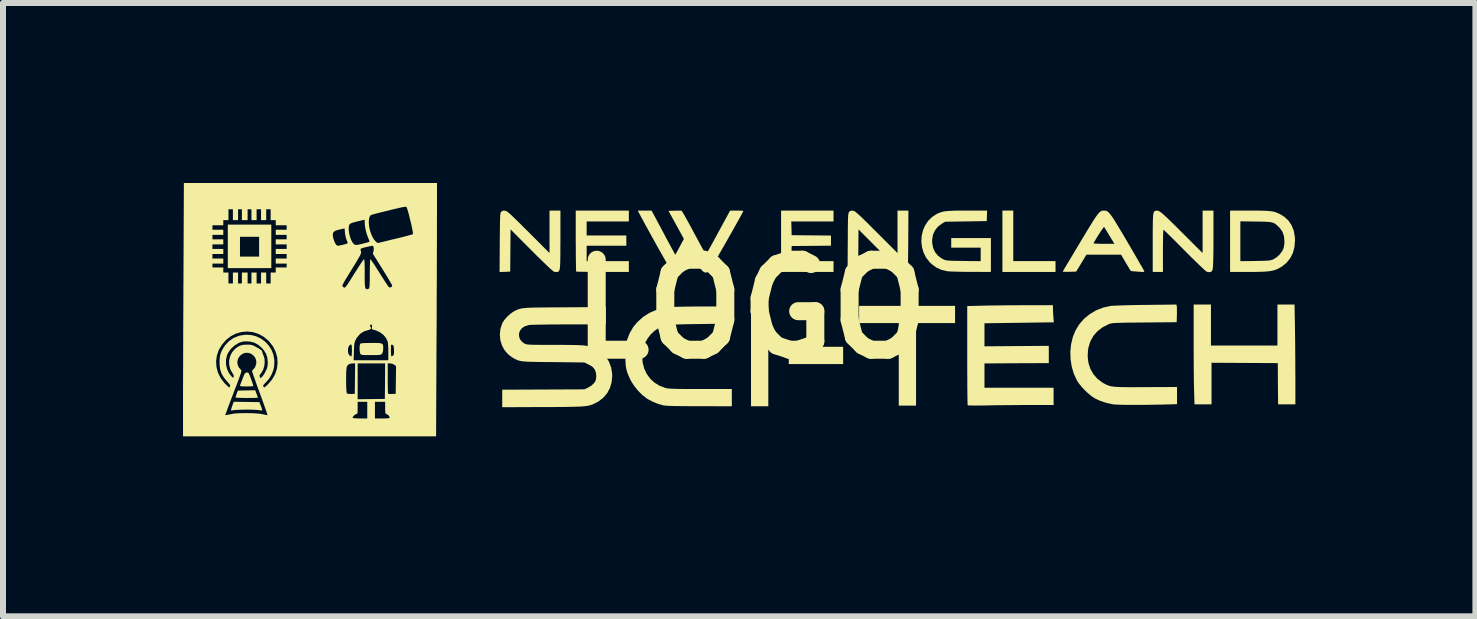
<source format=kicad_pcb>
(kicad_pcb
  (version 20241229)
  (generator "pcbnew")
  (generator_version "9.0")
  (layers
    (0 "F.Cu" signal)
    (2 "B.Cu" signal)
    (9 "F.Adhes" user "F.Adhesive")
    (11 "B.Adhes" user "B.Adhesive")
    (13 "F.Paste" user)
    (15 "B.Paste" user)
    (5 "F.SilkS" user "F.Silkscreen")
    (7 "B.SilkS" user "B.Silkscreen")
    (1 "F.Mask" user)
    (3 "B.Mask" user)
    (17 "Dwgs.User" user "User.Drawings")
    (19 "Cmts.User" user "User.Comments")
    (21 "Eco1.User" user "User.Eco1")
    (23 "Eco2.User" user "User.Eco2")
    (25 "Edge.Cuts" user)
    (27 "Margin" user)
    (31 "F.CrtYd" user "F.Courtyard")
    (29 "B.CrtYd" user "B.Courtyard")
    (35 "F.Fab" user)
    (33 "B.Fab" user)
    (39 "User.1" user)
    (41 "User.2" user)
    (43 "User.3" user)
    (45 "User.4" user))
  (footprint "LOGO"
    (layer "F.Cu")
    (at 9.465 2.1)
    (property "Reference" "LOGO" (at 0 0 0) (layer "F.SilkS") (effects (font (size 1.5 1.5) (thickness 0.3))))
    (attr board_only exclude_from_pos_files exclude_from_bom)
    (fp_poly (pts (xy 0.288 0.789) (xy 0.288 1.62) (xy 0.144 1.62) (xy 0 1.62) (xy 0 0.789) (xy 0 -0.043) (xy 0.144 -0.043) (xy 0.288 -0.043)) (stroke (width 0) (type solid)) (fill yes) (layer "F.SilkS"))
    (fp_poly (pts (xy 1.535 0.773) (xy 1.535 0.917) (xy 1.082 0.917) (xy 0.629 0.917) (xy 0.629 0.773) (xy 0.629 0.629) (xy 1.082 0.629) (xy 1.535 0.629)) (stroke (width 0) (type solid)) (fill yes) (layer "F.SilkS"))
    (fp_poly (pts (xy 4.37 -1.22) (xy 4.37 -0.799) (xy 4.722 -0.799) (xy 5.074 -0.799) (xy 5.074 -0.709) (xy 5.074 -0.618) (xy 4.631 -0.618) (xy 4.189 -0.618) (xy 4.189 -1.13) (xy 4.189 -1.641) (xy 4.28 -1.641) (xy 4.37 -1.641)) (stroke (width 0) (type solid)) (fill yes) (layer "F.SilkS"))
    (fp_poly (pts (xy 3.4 0.091) (xy 3.4 0.234) (xy 3.075 0.234) (xy 2.75 0.234) (xy 2.75 0.922) (xy 2.75 1.609) (xy 2.606 1.609) (xy 2.462 1.609) (xy 2.462 0.922) (xy 2.462 0.234) (xy 2.132 0.234) (xy 1.801 0.234) (xy 1.801 0.091) (xy 1.801 -0.053) (xy 2.601 -0.053) (xy 3.4 -0.053)) (stroke (width 0) (type solid)) (fill yes) (layer "F.SilkS"))
    (fp_poly (pts (xy -7.994 -1.045) (xy -7.994 -0.682) (xy -8.357 -0.682) (xy -8.719 -0.682) (xy -8.719 -1.045) (xy -8.719 -1.204) (xy -8.516 -1.204) (xy -8.516 -1.039) (xy -8.516 -0.874) (xy -8.357 -0.874) (xy -8.197 -0.874) (xy -8.197 -1.039) (xy -8.197 -1.204) (xy -8.357 -1.204) (xy -8.516 -1.204) (xy -8.719 -1.204) (xy -8.719 -1.407) (xy -8.357 -1.407) (xy -7.994 -1.407)) (stroke (width 0) (type solid)) (fill yes) (layer "F.SilkS"))
    (fp_poly (pts (xy -8.24 1.412) (xy -8.228 1.445) (xy -8.22 1.468) (xy -8.218 1.477) (xy -8.228 1.478) (xy -8.256 1.48) (xy -8.299 1.481) (xy -8.352 1.481) (xy -8.404 1.482) (xy -8.465 1.481) (xy -8.517 1.48) (xy -8.558 1.478) (xy -8.583 1.476) (xy -8.591 1.474) (xy -8.587 1.46) (xy -8.578 1.433) (xy -8.571 1.412) (xy -8.551 1.359) (xy -8.406 1.356) (xy -8.262 1.353)) (stroke (width 0) (type solid)) (fill yes) (layer "F.SilkS"))
    (fp_poly (pts (xy 1.375 -1.551) (xy 1.375 -1.46) (xy 1.023 -1.46) (xy 0.671 -1.46) (xy 0.674 -1.346) (xy 0.677 -1.231) (xy 1.005 -1.228) (xy 1.332 -1.225) (xy 1.332 -1.14) (xy 1.332 -1.056) (xy 1.005 -1.053) (xy 0.677 -1.05) (xy 0.674 -0.925) (xy 0.671 -0.799) (xy 1.023 -0.799) (xy 1.375 -0.799) (xy 1.375 -0.709) (xy 1.375 -0.618) (xy 0.938 -0.618) (xy 0.501 -0.618) (xy 0.501 -1.13) (xy 0.501 -1.641) (xy 0.938 -1.641) (xy 1.375 -1.641)) (stroke (width 0) (type solid)) (fill yes) (layer "F.SilkS"))
    (fp_poly (pts (xy -8.406 1.548) (xy -8.192 1.551) (xy -8.167 1.618) (xy -8.154 1.652) (xy -8.146 1.678) (xy -8.145 1.689) (xy -8.145 1.689) (xy -8.156 1.689) (xy -8.184 1.687) (xy -8.22 1.682) (xy -8.223 1.682) (xy -8.258 1.679) (xy -8.306 1.677) (xy -8.363 1.676) (xy -8.424 1.676) (xy -8.486 1.677) (xy -8.544 1.679) (xy -8.593 1.682) (xy -8.629 1.686) (xy -8.647 1.689) (xy -8.663 1.691) (xy -8.666 1.684) (xy -8.662 1.667) (xy -8.653 1.638) (xy -8.643 1.608) (xy -8.62 1.545)) (stroke (width 0) (type solid)) (fill yes) (layer "F.SilkS"))
    (fp_poly (pts (xy -8.379 1.061) (xy -8.369 1.073) (xy -8.358 1.097) (xy -8.343 1.135) (xy -8.332 1.164) (xy -8.316 1.209) (xy -8.303 1.247) (xy -8.295 1.273) (xy -8.293 1.282) (xy -8.302 1.285) (xy -8.329 1.288) (xy -8.369 1.289) (xy -8.404 1.29) (xy -8.45 1.289) (xy -8.487 1.287) (xy -8.51 1.284) (xy -8.516 1.281) (xy -8.513 1.268) (xy -8.503 1.24) (xy -8.488 1.201) (xy -8.475 1.167) (xy -8.456 1.119) (xy -8.443 1.088) (xy -8.431 1.07) (xy -8.42 1.061) (xy -8.406 1.058) (xy -8.403 1.058) (xy -8.389 1.057)) (stroke (width 0) (type solid)) (fill yes) (layer "F.SilkS"))
    (fp_poly (pts (xy -6.255 0.565) (xy -6.205 0.566) (xy -6.17 0.571) (xy -6.148 0.579) (xy -6.136 0.593) (xy -6.13 0.613) (xy -6.129 0.643) (xy -6.129 0.663) (xy -6.134 0.709) (xy -6.147 0.741) (xy -6.15 0.743) (xy -6.158 0.753) (xy -6.169 0.759) (xy -6.185 0.763) (xy -6.21 0.766) (xy -6.248 0.767) (xy -6.301 0.767) (xy -6.333 0.767) (xy -6.396 0.767) (xy -6.441 0.766) (xy -6.471 0.765) (xy -6.49 0.761) (xy -6.501 0.756) (xy -6.508 0.749) (xy -6.51 0.746) (xy -6.518 0.723) (xy -6.522 0.688) (xy -6.523 0.649) (xy -6.521 0.612) (xy -6.515 0.585) (xy -6.51 0.578) (xy -6.496 0.572) (xy -6.464 0.568) (xy -6.414 0.566) (xy -6.345 0.565) (xy -6.324 0.565)) (stroke (width 0) (type solid)) (fill yes) (layer "F.SilkS"))
    (fp_poly (pts (xy -2.036 -1.551) (xy -2.036 -1.46) (xy -2.388 -1.46) (xy -2.739 -1.46) (xy -2.739 -1.343) (xy -2.739 -1.226) (xy -2.409 -1.226) (xy -2.078 -1.226) (xy -2.078 -1.14) (xy -2.078 -1.055) (xy -2.409 -1.055) (xy -2.739 -1.055) (xy -2.739 -0.927) (xy -2.739 -0.799) (xy -2.388 -0.799) (xy -2.036 -0.799) (xy -2.036 -0.709) (xy -2.036 -0.618) (xy -2.471 -0.618) (xy -2.565 -0.618) (xy -2.653 -0.619) (xy -2.732 -0.62) (xy -2.799 -0.621) (xy -2.853 -0.622) (xy -2.891 -0.623) (xy -2.911 -0.625) (xy -2.913 -0.625) (xy -2.915 -0.637) (xy -2.916 -0.668) (xy -2.917 -0.716) (xy -2.918 -0.779) (xy -2.919 -0.855) (xy -2.92 -0.942) (xy -2.92 -1.037) (xy -2.921 -1.137) (xy -2.921 -1.641) (xy -2.478 -1.641) (xy -2.036 -1.641)) (stroke (width 0) (type solid)) (fill yes) (layer "F.SilkS"))
    (fp_poly (pts (xy 7.664 0.266) (xy 7.664 0.608) (xy 8.218 0.608) (xy 8.772 0.608) (xy 8.772 0.266) (xy 8.772 -0.075) (xy 8.914 -0.075) (xy 9.057 -0.075) (xy 9.064 0.295) (xy 9.065 0.393) (xy 9.067 0.506) (xy 9.068 0.631) (xy 9.069 0.761) (xy 9.07 0.892) (xy 9.07 1.018) (xy 9.071 1.126) (xy 9.071 1.588) (xy 8.927 1.588) (xy 8.783 1.588) (xy 8.78 1.244) (xy 8.778 0.901) (xy 8.226 0.898) (xy 7.674 0.895) (xy 7.674 1.242) (xy 7.674 1.588) (xy 7.532 1.588) (xy 7.39 1.588) (xy 7.383 1.356) (xy 7.382 1.3) (xy 7.38 1.226) (xy 7.379 1.136) (xy 7.378 1.034) (xy 7.377 0.923) (xy 7.377 0.806) (xy 7.376 0.685) (xy 7.376 0.564) (xy 7.376 0.525) (xy 7.376 -0.075) (xy 7.52 -0.075) (xy 7.664 -0.075)) (stroke (width 0) (type solid)) (fill yes) (layer "F.SilkS"))
    (fp_poly (pts (xy 5.031 -0.018) (xy 5.032 0.015) (xy 5.034 0.06) (xy 5.037 0.11) (xy 5.038 0.125) (xy 5.045 0.221) (xy 4.468 0.229) (xy 3.89 0.237) (xy 3.89 0.429) (xy 3.89 0.621) (xy 4.426 0.617) (xy 4.962 0.613) (xy 4.962 0.757) (xy 4.962 0.901) (xy 4.426 0.903) (xy 3.89 0.906) (xy 3.89 1.109) (xy 3.89 1.311) (xy 4.466 1.311) (xy 5.042 1.311) (xy 5.042 1.455) (xy 5.042 1.599) (xy 4.655 1.599) (xy 4.547 1.599) (xy 4.429 1.6) (xy 4.306 1.601) (xy 4.185 1.602) (xy 4.071 1.603) (xy 3.971 1.605) (xy 3.944 1.606) (xy 3.863 1.607) (xy 3.788 1.608) (xy 3.723 1.608) (xy 3.671 1.607) (xy 3.633 1.606) (xy 3.613 1.605) (xy 3.611 1.604) (xy 3.609 1.592) (xy 3.608 1.561) (xy 3.607 1.511) (xy 3.606 1.445) (xy 3.605 1.365) (xy 3.604 1.271) (xy 3.604 1.166) (xy 3.603 1.051) (xy 3.603 0.928) (xy 3.603 0.799) (xy 3.603 0.773) (xy 3.603 -0.05) (xy 3.892 -0.057) (xy 3.973 -0.059) (xy 4.07 -0.06) (xy 4.178 -0.061) (xy 4.294 -0.063) (xy 4.411 -0.063) (xy 4.525 -0.064) (xy 4.606 -0.064) (xy 5.031 -0.064)) (stroke (width 0) (type solid)) (fill yes) (layer "F.SilkS"))
    (fp_poly (pts (xy -3.176 -1.159) (xy -3.177 -1.04) (xy -3.177 -0.94) (xy -3.178 -0.858) (xy -3.179 -0.792) (xy -3.181 -0.74) (xy -3.184 -0.7) (xy -3.187 -0.671) (xy -3.192 -0.65) (xy -3.199 -0.636) (xy -3.207 -0.627) (xy -3.216 -0.621) (xy -3.224 -0.618) (xy -3.25 -0.616) (xy -3.277 -0.62) (xy -3.293 -0.629) (xy -3.323 -0.653) (xy -3.366 -0.692) (xy -3.423 -0.746) (xy -3.493 -0.814) (xy -3.579 -0.898) (xy -3.658 -0.977) (xy -4.007 -1.327) (xy -4.01 -0.975) (xy -4.013 -0.624) (xy -4.101 -0.62) (xy -4.19 -0.617) (xy -4.187 -1.107) (xy -4.186 -1.222) (xy -4.185 -1.318) (xy -4.184 -1.396) (xy -4.183 -1.458) (xy -4.182 -1.507) (xy -4.18 -1.544) (xy -4.178 -1.571) (xy -4.176 -1.59) (xy -4.173 -1.603) (xy -4.169 -1.612) (xy -4.164 -1.618) (xy -4.162 -1.62) (xy -4.143 -1.636) (xy -4.119 -1.64) (xy -4.099 -1.638) (xy -4.088 -1.636) (xy -4.076 -1.631) (xy -4.062 -1.622) (xy -4.043 -1.608) (xy -4.019 -1.587) (xy -3.988 -1.559) (xy -3.949 -1.522) (xy -3.9 -1.474) (xy -3.84 -1.415) (xy -3.767 -1.342) (xy -3.707 -1.283) (xy -3.358 -0.933) (xy -3.358 -1.287) (xy -3.358 -1.641) (xy -3.267 -1.641) (xy -3.176 -1.641)) (stroke (width 0) (type solid)) (fill yes) (layer "F.SilkS"))
    (fp_poly (pts (xy 2.62 -1.147) (xy 2.619 -1.029) (xy 2.618 -0.93) (xy 2.617 -0.848) (xy 2.616 -0.783) (xy 2.614 -0.732) (xy 2.611 -0.693) (xy 2.608 -0.664) (xy 2.603 -0.644) (xy 2.597 -0.631) (xy 2.59 -0.623) (xy 2.581 -0.619) (xy 2.571 -0.616) (xy 2.548 -0.615) (xy 2.521 -0.62) (xy 2.506 -0.629) (xy 2.477 -0.652) (xy 2.435 -0.69) (xy 2.38 -0.741) (xy 2.312 -0.808) (xy 2.229 -0.889) (xy 2.14 -0.977) (xy 1.791 -1.327) (xy 1.788 -0.975) (xy 1.785 -0.624) (xy 1.697 -0.62) (xy 1.609 -0.617) (xy 1.612 -1.107) (xy 1.613 -1.222) (xy 1.613 -1.318) (xy 1.614 -1.396) (xy 1.615 -1.458) (xy 1.616 -1.507) (xy 1.618 -1.544) (xy 1.62 -1.571) (xy 1.623 -1.59) (xy 1.626 -1.603) (xy 1.63 -1.612) (xy 1.634 -1.618) (xy 1.636 -1.62) (xy 1.655 -1.636) (xy 1.68 -1.64) (xy 1.699 -1.638) (xy 1.71 -1.636) (xy 1.722 -1.631) (xy 1.737 -1.622) (xy 1.755 -1.608) (xy 1.779 -1.587) (xy 1.81 -1.559) (xy 1.85 -1.522) (xy 1.898 -1.474) (xy 1.959 -1.415) (xy 2.031 -1.342) (xy 2.091 -1.283) (xy 2.441 -0.933) (xy 2.441 -1.287) (xy 2.441 -1.641) (xy 2.532 -1.641) (xy 2.623 -1.641)) (stroke (width 0) (type solid)) (fill yes) (layer "F.SilkS"))
    (fp_poly (pts (xy 3.931 -1.554) (xy 3.928 -1.466) (xy 3.581 -1.46) (xy 3.235 -1.455) (xy 3.185 -1.426) (xy 3.116 -1.374) (xy 3.065 -1.311) (xy 3.032 -1.238) (xy 3.018 -1.154) (xy 3.019 -1.104) (xy 3.034 -1.02) (xy 3.067 -0.947) (xy 3.117 -0.887) (xy 3.185 -0.839) (xy 3.208 -0.827) (xy 3.224 -0.82) (xy 3.241 -0.815) (xy 3.262 -0.811) (xy 3.29 -0.808) (xy 3.327 -0.806) (xy 3.376 -0.804) (xy 3.441 -0.803) (xy 3.524 -0.802) (xy 3.541 -0.801) (xy 3.827 -0.798) (xy 3.827 -0.911) (xy 3.827 -1.023) (xy 3.581 -1.023) (xy 3.336 -1.023) (xy 3.336 -1.103) (xy 3.336 -1.183) (xy 3.667 -1.183) (xy 3.997 -1.183) (xy 3.997 -0.901) (xy 3.997 -0.618) (xy 3.664 -0.62) (xy 3.579 -0.62) (xy 3.498 -0.621) (xy 3.424 -0.623) (xy 3.361 -0.625) (xy 3.312 -0.627) (xy 3.279 -0.629) (xy 3.272 -0.63) (xy 3.176 -0.652) (xy 3.092 -0.689) (xy 3.017 -0.743) (xy 2.976 -0.782) (xy 2.916 -0.859) (xy 2.874 -0.944) (xy 2.848 -1.035) (xy 2.838 -1.128) (xy 2.844 -1.22) (xy 2.865 -1.31) (xy 2.901 -1.394) (xy 2.952 -1.47) (xy 3.017 -1.534) (xy 3.093 -1.584) (xy 3.125 -1.599) (xy 3.157 -1.611) (xy 3.191 -1.621) (xy 3.23 -1.628) (xy 3.277 -1.634) (xy 3.334 -1.637) (xy 3.404 -1.64) (xy 3.49 -1.641) (xy 3.594 -1.641) (xy 3.606 -1.641) (xy 3.934 -1.641)) (stroke (width 0) (type solid)) (fill yes) (layer "F.SilkS"))
    (fp_poly (pts (xy 7.706 -1.18) (xy 7.706 -1.057) (xy 7.705 -0.953) (xy 7.704 -0.866) (xy 7.702 -0.797) (xy 7.7 -0.741) (xy 7.697 -0.699) (xy 7.693 -0.668) (xy 7.688 -0.647) (xy 7.682 -0.633) (xy 7.678 -0.629) (xy 7.649 -0.615) (xy 7.611 -0.617) (xy 7.592 -0.623) (xy 7.578 -0.634) (xy 7.55 -0.658) (xy 7.511 -0.695) (xy 7.461 -0.742) (xy 7.404 -0.798) (xy 7.339 -0.861) (xy 7.27 -0.93) (xy 7.22 -0.98) (xy 7.151 -1.05) (xy 7.085 -1.116) (xy 7.026 -1.175) (xy 6.974 -1.226) (xy 6.931 -1.268) (xy 6.899 -1.299) (xy 6.88 -1.317) (xy 6.873 -1.322) (xy 6.871 -1.311) (xy 6.869 -1.282) (xy 6.867 -1.237) (xy 6.866 -1.178) (xy 6.865 -1.107) (xy 6.864 -1.027) (xy 6.864 -0.97) (xy 6.864 -0.618) (xy 6.779 -0.618) (xy 6.694 -0.618) (xy 6.694 -1.097) (xy 6.694 -1.217) (xy 6.694 -1.317) (xy 6.695 -1.4) (xy 6.696 -1.466) (xy 6.698 -1.518) (xy 6.701 -1.558) (xy 6.705 -1.588) (xy 6.71 -1.608) (xy 6.717 -1.622) (xy 6.725 -1.63) (xy 6.735 -1.635) (xy 6.744 -1.638) (xy 6.758 -1.64) (xy 6.772 -1.64) (xy 6.788 -1.636) (xy 6.807 -1.627) (xy 6.83 -1.611) (xy 6.859 -1.588) (xy 6.895 -1.556) (xy 6.94 -1.514) (xy 6.994 -1.461) (xy 7.061 -1.396) (xy 7.14 -1.317) (xy 7.176 -1.281) (xy 7.525 -0.933) (xy 7.525 -1.287) (xy 7.525 -1.641) (xy 7.616 -1.641) (xy 7.706 -1.641)) (stroke (width 0) (type solid)) (fill yes) (layer "F.SilkS"))
    (fp_poly (pts (xy 8.406 -1.641) (xy 8.491 -1.64) (xy 8.561 -1.638) (xy 8.618 -1.635) (xy 8.664 -1.63) (xy 8.702 -1.624) (xy 8.736 -1.615) (xy 8.767 -1.603) (xy 8.799 -1.59) (xy 8.801 -1.589) (xy 8.886 -1.538) (xy 8.956 -1.474) (xy 9.008 -1.396) (xy 9.044 -1.306) (xy 9.062 -1.205) (xy 9.065 -1.146) (xy 9.056 -1.035) (xy 9.03 -0.935) (xy 8.985 -0.847) (xy 8.924 -0.771) (xy 8.846 -0.708) (xy 8.778 -0.67) (xy 8.745 -0.656) (xy 8.71 -0.645) (xy 8.67 -0.636) (xy 8.623 -0.629) (xy 8.566 -0.624) (xy 8.496 -0.621) (xy 8.412 -0.619) (xy 8.309 -0.618) (xy 8.274 -0.618) (xy 7.983 -0.618) (xy 7.983 -1.13) (xy 7.983 -1.462) (xy 8.154 -1.462) (xy 8.154 -1.13) (xy 8.154 -0.798) (xy 8.402 -0.801) (xy 8.481 -0.803) (xy 8.543 -0.804) (xy 8.59 -0.806) (xy 8.624 -0.808) (xy 8.651 -0.812) (xy 8.671 -0.817) (xy 8.69 -0.823) (xy 8.706 -0.83) (xy 8.76 -0.863) (xy 8.81 -0.91) (xy 8.851 -0.964) (xy 8.872 -1.009) (xy 8.882 -1.047) (xy 8.888 -1.095) (xy 8.889 -1.131) (xy 8.881 -1.214) (xy 8.857 -1.286) (xy 8.814 -1.348) (xy 8.796 -1.366) (xy 8.769 -1.392) (xy 8.745 -1.413) (xy 8.722 -1.428) (xy 8.696 -1.439) (xy 8.664 -1.447) (xy 8.624 -1.452) (xy 8.572 -1.455) (xy 8.504 -1.457) (xy 8.419 -1.458) (xy 8.412 -1.458) (xy 8.154 -1.462) (xy 7.983 -1.462) (xy 7.983 -1.641) (xy 8.302 -1.641)) (stroke (width 0) (type solid)) (fill yes) (layer "F.SilkS"))
    (fp_poly (pts (xy 7.094 -0.051) (xy 7.096 -0.031) (xy 7.097 0.005) (xy 7.097 0.052) (xy 7.097 0.096) (xy 7.093 0.219) (xy 6.555 0.224) (xy 6.434 0.225) (xy 6.332 0.226) (xy 6.248 0.227) (xy 6.18 0.229) (xy 6.125 0.23) (xy 6.081 0.232) (xy 6.048 0.234) (xy 6.022 0.236) (xy 6.002 0.239) (xy 5.986 0.243) (xy 5.972 0.248) (xy 5.959 0.253) (xy 5.958 0.253) (xy 5.858 0.304) (xy 5.774 0.369) (xy 5.706 0.446) (xy 5.656 0.535) (xy 5.624 0.636) (xy 5.615 0.685) (xy 5.61 0.795) (xy 5.623 0.9) (xy 5.655 0.997) (xy 5.704 1.084) (xy 5.769 1.159) (xy 5.849 1.221) (xy 5.882 1.24) (xy 5.909 1.254) (xy 5.933 1.266) (xy 5.958 1.275) (xy 5.984 1.283) (xy 6.014 1.289) (xy 6.049 1.294) (xy 6.093 1.297) (xy 6.147 1.3) (xy 6.213 1.301) (xy 6.292 1.302) (xy 6.388 1.302) (xy 6.502 1.301) (xy 6.579 1.301) (xy 7.099 1.299) (xy 7.099 1.442) (xy 7.099 1.585) (xy 6.835 1.592) (xy 6.722 1.594) (xy 6.61 1.596) (xy 6.499 1.597) (xy 6.394 1.597) (xy 6.296 1.597) (xy 6.209 1.596) (xy 6.134 1.594) (xy 6.075 1.591) (xy 6.034 1.588) (xy 6.028 1.587) (xy 5.921 1.564) (xy 5.814 1.528) (xy 5.74 1.494) (xy 5.687 1.461) (xy 5.628 1.414) (xy 5.567 1.358) (xy 5.511 1.298) (xy 5.463 1.239) (xy 5.433 1.194) (xy 5.381 1.084) (xy 5.345 0.964) (xy 5.325 0.839) (xy 5.321 0.711) (xy 5.334 0.585) (xy 5.363 0.464) (xy 5.406 0.359) (xy 5.47 0.254) (xy 5.551 0.161) (xy 5.646 0.083) (xy 5.753 0.02) (xy 5.87 -0.025) (xy 5.985 -0.051) (xy 6.011 -0.054) (xy 6.055 -0.056) (xy 6.116 -0.059) (xy 6.191 -0.061) (xy 6.277 -0.064) (xy 6.373 -0.066) (xy 6.474 -0.068) (xy 6.574 -0.069) (xy 7.088 -0.075)) (stroke (width 0) (type solid)) (fill yes) (layer "F.SilkS"))
    (fp_poly (pts (xy -0.33 0.1) (xy -0.33 0.242) (xy -0.853 0.25) (xy -0.978 0.251) (xy -1.084 0.253) (xy -1.172 0.255) (xy -1.245 0.257) (xy -1.305 0.26) (xy -1.354 0.264) (xy -1.394 0.268) (xy -1.427 0.274) (xy -1.455 0.28) (xy -1.479 0.289) (xy -1.503 0.299) (xy -1.528 0.311) (xy -1.54 0.317) (xy -1.607 0.361) (xy -1.671 0.422) (xy -1.726 0.494) (xy -1.769 0.572) (xy -1.797 0.652) (xy -1.801 0.67) (xy -1.813 0.783) (xy -1.806 0.89) (xy -1.781 0.989) (xy -1.739 1.08) (xy -1.681 1.159) (xy -1.609 1.226) (xy -1.523 1.279) (xy -1.424 1.316) (xy -1.421 1.316) (xy -1.403 1.32) (xy -1.38 1.323) (xy -1.349 1.326) (xy -1.309 1.328) (xy -1.258 1.33) (xy -1.195 1.331) (xy -1.116 1.332) (xy -1.021 1.332) (xy -0.907 1.332) (xy -0.84 1.332) (xy -0.32 1.332) (xy -0.32 1.476) (xy -0.32 1.62) (xy -0.861 1.619) (xy -0.994 1.619) (xy -1.107 1.618) (xy -1.201 1.617) (xy -1.28 1.616) (xy -1.343 1.614) (xy -1.392 1.612) (xy -1.429 1.609) (xy -1.456 1.606) (xy -1.467 1.604) (xy -1.55 1.58) (xy -1.636 1.545) (xy -1.716 1.503) (xy -1.74 1.488) (xy -1.813 1.431) (xy -1.884 1.359) (xy -1.948 1.279) (xy -2 1.198) (xy -2.009 1.18) (xy -2.039 1.115) (xy -2.062 1.058) (xy -2.077 1.004) (xy -2.087 0.947) (xy -2.092 0.881) (xy -2.094 0.802) (xy -2.094 0.773) (xy -2.094 0.705) (xy -2.093 0.653) (xy -2.09 0.613) (xy -2.085 0.58) (xy -2.077 0.548) (xy -2.069 0.522) (xy -2.023 0.404) (xy -1.963 0.3) (xy -1.893 0.216) (xy -1.797 0.13) (xy -1.69 0.062) (xy -1.571 0.011) (xy -1.44 -0.021) (xy -1.366 -0.031) (xy -1.331 -0.034) (xy -1.278 -0.036) (xy -1.21 -0.038) (xy -1.129 -0.04) (xy -1.038 -0.041) (xy -0.94 -0.042) (xy -0.839 -0.043) (xy -0.793 -0.043) (xy -0.33 -0.043)) (stroke (width 0) (type solid)) (fill yes) (layer "F.SilkS"))
    (fp_poly (pts (xy 5.903 -1.64) (xy 5.92 -1.636) (xy 5.937 -1.628) (xy 5.955 -1.614) (xy 5.975 -1.593) (xy 5.999 -1.563) (xy 6.027 -1.524) (xy 6.06 -1.473) (xy 6.099 -1.409) (xy 6.146 -1.331) (xy 6.202 -1.238) (xy 6.267 -1.127) (xy 6.276 -1.111) (xy 6.329 -1.021) (xy 6.379 -0.935) (xy 6.424 -0.857) (xy 6.464 -0.788) (xy 6.498 -0.729) (xy 6.525 -0.683) (xy 6.542 -0.651) (xy 6.551 -0.636) (xy 6.551 -0.635) (xy 6.553 -0.626) (xy 6.549 -0.621) (xy 6.536 -0.619) (xy 6.51 -0.619) (xy 6.467 -0.622) (xy 6.448 -0.623) (xy 6.401 -0.627) (xy 6.363 -0.63) (xy 6.337 -0.633) (xy 6.33 -0.635) (xy 6.322 -0.645) (xy 6.306 -0.67) (xy 6.284 -0.707) (xy 6.256 -0.753) (xy 6.245 -0.772) (xy 6.166 -0.906) (xy 5.878 -0.906) (xy 5.589 -0.906) (xy 5.504 -0.765) (xy 5.418 -0.624) (xy 5.304 -0.621) (xy 5.258 -0.62) (xy 5.222 -0.621) (xy 5.199 -0.623) (xy 5.194 -0.626) (xy 5.2 -0.636) (xy 5.216 -0.663) (xy 5.241 -0.705) (xy 5.274 -0.76) (xy 5.314 -0.827) (xy 5.359 -0.902) (xy 5.409 -0.986) (xy 5.463 -1.076) (xy 5.475 -1.095) (xy 5.706 -1.095) (xy 5.714 -1.093) (xy 5.741 -1.09) (xy 5.782 -1.089) (xy 5.834 -1.087) (xy 5.879 -1.087) (xy 6.057 -1.087) (xy 6.041 -1.111) (xy 6.03 -1.13) (xy 6.01 -1.162) (xy 5.985 -1.203) (xy 5.958 -1.247) (xy 5.932 -1.291) (xy 5.909 -1.328) (xy 5.892 -1.355) (xy 5.883 -1.368) (xy 5.883 -1.368) (xy 5.876 -1.362) (xy 5.86 -1.341) (xy 5.837 -1.308) (xy 5.81 -1.267) (xy 5.78 -1.22) (xy 5.751 -1.172) (xy 5.723 -1.125) (xy 5.706 -1.095) (xy 5.475 -1.095) (xy 5.485 -1.113) (xy 5.552 -1.224) (xy 5.609 -1.319) (xy 5.658 -1.398) (xy 5.698 -1.463) (xy 5.732 -1.516) (xy 5.761 -1.557) (xy 5.784 -1.587) (xy 5.805 -1.61) (xy 5.823 -1.625) (xy 5.839 -1.634) (xy 5.855 -1.639) (xy 5.872 -1.641) (xy 5.886 -1.641)) (stroke (width 0) (type solid)) (fill yes) (layer "F.SilkS"))
    (fp_poly (pts (xy -0.192 -1.641) (xy -0.156 -1.639) (xy -0.133 -1.637) (xy -0.128 -1.635) (xy -0.133 -1.622) (xy -0.148 -1.594) (xy -0.171 -1.551) (xy -0.201 -1.496) (xy -0.237 -1.432) (xy -0.278 -1.359) (xy -0.322 -1.28) (xy -0.369 -1.198) (xy -0.416 -1.115) (xy -0.464 -1.031) (xy -0.51 -0.951) (xy -0.554 -0.875) (xy -0.594 -0.806) (xy -0.629 -0.746) (xy -0.658 -0.697) (xy -0.68 -0.662) (xy -0.694 -0.641) (xy -0.696 -0.638) (xy -0.724 -0.615) (xy -0.752 -0.607) (xy -0.78 -0.614) (xy -0.81 -0.636) (xy -0.843 -0.675) (xy -0.88 -0.733) (xy -0.923 -0.809) (xy -0.931 -0.824) (xy -0.957 -0.872) (xy -0.98 -0.913) (xy -0.998 -0.942) (xy -1.009 -0.958) (xy -1.011 -0.959) (xy -1.018 -0.95) (xy -1.033 -0.926) (xy -1.055 -0.889) (xy -1.081 -0.843) (xy -1.096 -0.815) (xy -1.139 -0.739) (xy -1.175 -0.681) (xy -1.207 -0.641) (xy -1.235 -0.617) (xy -1.261 -0.608) (xy -1.286 -0.613) (xy -1.313 -0.631) (xy -1.326 -0.642) (xy -1.338 -0.657) (xy -1.358 -0.689) (xy -1.386 -0.736) (xy -1.421 -0.795) (xy -1.461 -0.866) (xy -1.506 -0.945) (xy -1.555 -1.031) (xy -1.605 -1.122) (xy -1.657 -1.215) (xy -1.709 -1.31) (xy -1.76 -1.403) (xy -1.809 -1.494) (xy -1.855 -1.579) (xy -1.875 -1.617) (xy -1.887 -1.641) (xy -1.772 -1.641) (xy -1.657 -1.641) (xy -1.461 -1.274) (xy -1.418 -1.192) (xy -1.378 -1.118) (xy -1.342 -1.051) (xy -1.311 -0.994) (xy -1.287 -0.95) (xy -1.271 -0.92) (xy -1.263 -0.907) (xy -1.262 -0.906) (xy -1.256 -0.915) (xy -1.242 -0.939) (xy -1.222 -0.976) (xy -1.198 -1.021) (xy -1.189 -1.038) (xy -1.119 -1.169) (xy -1.247 -1.403) (xy -1.375 -1.636) (xy -1.272 -1.639) (xy -1.226 -1.64) (xy -1.188 -1.64) (xy -1.163 -1.639) (xy -1.157 -1.638) (xy -1.149 -1.627) (xy -1.133 -1.601) (xy -1.108 -1.559) (xy -1.078 -1.505) (xy -1.042 -1.44) (xy -1.002 -1.367) (xy -0.959 -1.287) (xy -0.95 -1.269) (xy -0.906 -1.189) (xy -0.866 -1.114) (xy -0.83 -1.048) (xy -0.8 -0.992) (xy -0.776 -0.949) (xy -0.759 -0.919) (xy -0.752 -0.906) (xy -0.751 -0.906) (xy -0.745 -0.915) (xy -0.731 -0.941) (xy -0.708 -0.981) (xy -0.679 -1.035) (xy -0.643 -1.099) (xy -0.604 -1.171) (xy -0.56 -1.251) (xy -0.548 -1.274) (xy -0.348 -1.641) (xy -0.238 -1.641)) (stroke (width 0) (type solid)) (fill yes) (layer "F.SilkS"))
    (fp_poly (pts (xy -2.42 0.111) (xy -2.42 0.256) (xy -3.03 0.256) (xy -3.146 0.256) (xy -3.256 0.257) (xy -3.359 0.257) (xy -3.453 0.259) (xy -3.535 0.26) (xy -3.604 0.261) (xy -3.656 0.263) (xy -3.691 0.265) (xy -3.702 0.266) (xy -3.765 0.285) (xy -3.815 0.316) (xy -3.849 0.358) (xy -3.866 0.409) (xy -3.866 0.452) (xy -3.85 0.503) (xy -3.816 0.546) (xy -3.778 0.573) (xy -3.767 0.578) (xy -3.756 0.583) (xy -3.743 0.587) (xy -3.726 0.59) (xy -3.702 0.592) (xy -3.67 0.594) (xy -3.627 0.595) (xy -3.572 0.596) (xy -3.502 0.597) (xy -3.416 0.597) (xy -3.311 0.597) (xy -3.272 0.597) (xy -3.149 0.597) (xy -3.044 0.598) (xy -2.956 0.599) (xy -2.884 0.601) (xy -2.823 0.604) (xy -2.774 0.608) (xy -2.732 0.614) (xy -2.697 0.621) (xy -2.665 0.63) (xy -2.636 0.642) (xy -2.606 0.655) (xy -2.59 0.663) (xy -2.534 0.697) (xy -2.477 0.742) (xy -2.426 0.794) (xy -2.385 0.847) (xy -2.367 0.877) (xy -2.33 0.977) (xy -2.314 1.083) (xy -2.313 1.114) (xy -2.323 1.219) (xy -2.351 1.316) (xy -2.397 1.402) (xy -2.46 1.476) (xy -2.538 1.537) (xy -2.581 1.561) (xy -2.608 1.574) (xy -2.633 1.586) (xy -2.659 1.596) (xy -2.686 1.604) (xy -2.717 1.611) (xy -2.752 1.617) (xy -2.795 1.621) (xy -2.846 1.625) (xy -2.908 1.627) (xy -2.982 1.629) (xy -3.07 1.631) (xy -3.173 1.632) (xy -3.294 1.633) (xy -3.433 1.633) (xy -3.477 1.633) (xy -4.146 1.636) (xy -4.146 1.49) (xy -4.146 1.344) (xy -3.461 1.341) (xy -2.777 1.338) (xy -2.723 1.313) (xy -2.661 1.277) (xy -2.614 1.232) (xy -2.594 1.202) (xy -2.582 1.162) (xy -2.579 1.112) (xy -2.585 1.061) (xy -2.599 1.019) (xy -2.602 1.013) (xy -2.621 0.985) (xy -2.641 0.964) (xy -2.668 0.945) (xy -2.708 0.924) (xy -2.718 0.919) (xy -2.777 0.89) (xy -3.299 0.884) (xy -3.42 0.883) (xy -3.522 0.882) (xy -3.606 0.88) (xy -3.676 0.879) (xy -3.732 0.877) (xy -3.778 0.874) (xy -3.814 0.87) (xy -3.844 0.865) (xy -3.868 0.859) (xy -3.89 0.852) (xy -3.912 0.842) (xy -3.934 0.831) (xy -3.955 0.821) (xy -3.987 0.8) (xy -4.025 0.772) (xy -4.056 0.745) (xy -4.113 0.677) (xy -4.154 0.597) (xy -4.179 0.51) (xy -4.186 0.419) (xy -4.175 0.327) (xy -4.145 0.238) (xy -4.14 0.227) (xy -4.111 0.181) (xy -4.068 0.132) (xy -4.018 0.086) (xy -3.967 0.048) (xy -3.939 0.032) (xy -3.916 0.021) (xy -3.894 0.011) (xy -3.873 0.003) (xy -3.851 -0.004) (xy -3.825 -0.01) (xy -3.795 -0.014) (xy -3.758 -0.018) (xy -3.713 -0.021) (xy -3.657 -0.023) (xy -3.59 -0.025) (xy -3.509 -0.026) (xy -3.413 -0.027) (xy -3.299 -0.028) (xy -3.167 -0.029) (xy -3.099 -0.029) (xy -2.42 -0.033)) (stroke (width 0) (type solid)) (fill yes) (layer "F.SilkS"))
    (fp_poly (pts (xy -5.233 -1.564) (xy -5.234 -1.489) (xy -5.234 -1.394) (xy -5.234 -1.281) (xy -5.234 -1.152) (xy -5.235 -1.009) (xy -5.235 -0.854) (xy -5.236 -0.688) (xy -5.236 -0.512) (xy -5.237 -0.33) (xy -5.238 -0.143) (xy -5.238 0.049) (xy -5.239 0.242) (xy -5.24 0.435) (xy -5.241 0.546) (xy -5.248 2.121) (xy -7.356 2.121) (xy -9.465 2.121) (xy -9.465 1.813) (xy -6.64 1.813) (xy -6.63 1.817) (xy -6.603 1.82) (xy -6.563 1.822) (xy -6.518 1.823) (xy -6.395 1.823) (xy -6.395 1.684) (xy -6.395 1.546) (xy -6.267 1.546) (xy -6.267 1.684) (xy -6.267 1.823) (xy -6.145 1.823) (xy -6.091 1.822) (xy -6.055 1.821) (xy -6.034 1.818) (xy -6.024 1.812) (xy -6.022 1.807) (xy -6.029 1.788) (xy -6.044 1.769) (xy -6.065 1.754) (xy -6.081 1.748) (xy -6.088 1.744) (xy -6.093 1.731) (xy -6.096 1.705) (xy -6.097 1.661) (xy -6.097 1.647) (xy -6.097 1.546) (xy -6.182 1.546) (xy -6.267 1.546) (xy -6.395 1.546) (xy -6.475 1.546) (xy -6.555 1.546) (xy -6.555 1.647) (xy -6.556 1.694) (xy -6.557 1.724) (xy -6.561 1.74) (xy -6.567 1.747) (xy -6.576 1.748) (xy -6.595 1.756) (xy -6.617 1.775) (xy -6.635 1.797) (xy -6.64 1.813) (xy -9.465 1.813) (xy -9.465 1.766) (xy -8.762 1.766) (xy -8.753 1.768) (xy -8.738 1.766) (xy -8.715 1.761) (xy -8.679 1.754) (xy -8.644 1.747) (xy -8.594 1.74) (xy -8.528 1.736) (xy -8.453 1.734) (xy -8.374 1.734) (xy -8.296 1.736) (xy -8.225 1.741) (xy -8.167 1.747) (xy -8.143 1.752) (xy -8.104 1.76) (xy -8.074 1.766) (xy -8.058 1.769) (xy -8.057 1.769) (xy -8.059 1.76) (xy -8.068 1.732) (xy -8.082 1.69) (xy -8.102 1.633) (xy -8.126 1.566) (xy -8.153 1.49) (xy -8.182 1.411) (xy -8.213 1.328) (xy -8.241 1.25) (xy -8.265 1.181) (xy -8.286 1.122) (xy -8.301 1.077) (xy -8.311 1.046) (xy -8.314 1.034) (xy -8.306 1.015) (xy -8.298 1.009) (xy -8.285 0.996) (xy -8.267 0.972) (xy -8.26 0.958) (xy -8.244 0.906) (xy -8.246 0.856) (xy -8.263 0.81) (xy -8.293 0.772) (xy -8.333 0.744) (xy -8.379 0.729) (xy -8.43 0.73) (xy -8.471 0.745) (xy -8.516 0.778) (xy -8.546 0.822) (xy -8.56 0.872) (xy -8.556 0.924) (xy -8.535 0.973) (xy -8.508 1.005) (xy -8.501 1.011) (xy -8.496 1.016) (xy -8.493 1.023) (xy -8.493 1.033) (xy -8.496 1.048) (xy -8.502 1.071) (xy -8.513 1.103) (xy -8.528 1.146) (xy -8.549 1.203) (xy -8.576 1.274) (xy -8.61 1.362) (xy -8.632 1.421) (xy -8.663 1.501) (xy -8.691 1.575) (xy -8.715 1.64) (xy -8.735 1.694) (xy -8.75 1.735) (xy -8.759 1.759) (xy -8.762 1.766) (xy -9.465 1.766) (xy -9.465 1.586) (xy -9.465 1.51) (xy -9.465 1.415) (xy -9.465 1.302) (xy -9.464 1.174) (xy -9.464 1.03) (xy -9.463 0.875) (xy -9.463 0.869) (xy -8.914 0.869) (xy -8.908 0.964) (xy -8.884 1.058) (xy -8.84 1.148) (xy -8.776 1.232) (xy -8.758 1.25) (xy -8.727 1.281) (xy -8.707 1.299) (xy -8.695 1.304) (xy -8.688 1.301) (xy -8.683 1.292) (xy -8.68 1.277) (xy -8.685 1.261) (xy -8.701 1.24) (xy -8.726 1.213) (xy -8.783 1.143) (xy -8.823 1.075) (xy -8.847 1.002) (xy -8.856 0.923) (xy -8.749 0.923) (xy -8.731 1.001) (xy -8.697 1.072) (xy -8.662 1.117) (xy -8.642 1.137) (xy -8.631 1.144) (xy -8.624 1.138) (xy -8.621 1.129) (xy -8.62 1.106) (xy -8.634 1.078) (xy -8.639 1.072) (xy -8.676 1.007) (xy -8.695 0.935) (xy -8.697 0.861) (xy -8.681 0.789) (xy -8.649 0.722) (xy -8.602 0.668) (xy -8.554 0.63) (xy -8.507 0.607) (xy -8.453 0.595) (xy -8.399 0.593) (xy -8.352 0.594) (xy -8.318 0.6) (xy -8.286 0.611) (xy -8.266 0.622) (xy -8.217 0.649) (xy -8.183 0.669) (xy -8.162 0.685) (xy -8.15 0.699) (xy -8.144 0.714) (xy -8.143 0.72) (xy -8.134 0.752) (xy -8.124 0.774) (xy -8.108 0.824) (xy -8.104 0.885) (xy -8.111 0.948) (xy -8.129 1.009) (xy -8.157 1.06) (xy -8.166 1.071) (xy -8.185 1.095) (xy -8.191 1.112) (xy -8.187 1.129) (xy -8.186 1.13) (xy -8.174 1.153) (xy -8.147 1.129) (xy -8.129 1.106) (xy -8.107 1.072) (xy -8.087 1.034) (xy -8.068 0.993) (xy -8.058 0.959) (xy -8.054 0.921) (xy -8.053 0.885) (xy -8.06 0.812) (xy -8.079 0.75) (xy -8.114 0.692) (xy -8.149 0.651) (xy -8.213 0.595) (xy -8.281 0.558) (xy -8.357 0.541) (xy -8.399 0.539) (xy -8.448 0.54) (xy -8.487 0.547) (xy -8.526 0.56) (xy -8.543 0.568) (xy -8.61 0.61) (xy -8.669 0.665) (xy -8.714 0.73) (xy -8.73 0.765) (xy -8.749 0.843) (xy -8.749 0.923) (xy -8.856 0.923) (xy -8.856 0.92) (xy -8.856 0.859) (xy -8.852 0.806) (xy -8.845 0.765) (xy -8.834 0.728) (xy -8.819 0.693) (xy -8.767 0.607) (xy -8.702 0.537) (xy -8.623 0.482) (xy -8.534 0.446) (xy -8.522 0.443) (xy -8.426 0.428) (xy -8.333 0.432) (xy -8.246 0.454) (xy -8.167 0.492) (xy -8.096 0.544) (xy -8.037 0.608) (xy -7.99 0.682) (xy -7.958 0.765) (xy -7.943 0.854) (xy -7.946 0.948) (xy -7.957 1.008) (xy -7.987 1.087) (xy -8.031 1.161) (xy -8.085 1.223) (xy -8.089 1.227) (xy -8.115 1.252) (xy -8.127 1.269) (xy -8.129 1.283) (xy -8.125 1.292) (xy -8.119 1.303) (xy -8.112 1.306) (xy -8.099 1.299) (xy -8.077 1.28) (xy -8.05 1.254) (xy -7.982 1.176) (xy -6.748 1.176) (xy -6.747 1.237) (xy -6.746 1.294) (xy -6.743 1.343) (xy -6.74 1.381) (xy -6.736 1.402) (xy -6.734 1.405) (xy -6.714 1.413) (xy -6.677 1.416) (xy -6.662 1.415) (xy -6.603 1.412) (xy -6.6 1.159) (xy -6.597 0.906) (xy -6.555 0.906) (xy -6.555 1.205) (xy -6.555 1.503) (xy -6.329 1.5) (xy -6.102 1.498) (xy -6.099 1.202) (xy -6.097 0.906) (xy -6.054 0.906) (xy -6.054 1.155) (xy -6.054 1.226) (xy -6.053 1.289) (xy -6.052 1.342) (xy -6.05 1.382) (xy -6.048 1.406) (xy -6.047 1.411) (xy -6.033 1.415) (xy -6.004 1.416) (xy -5.98 1.415) (xy -5.921 1.412) (xy -5.918 1.181) (xy -5.915 0.951) (xy -5.944 0.928) (xy -5.982 0.91) (xy -6.013 0.906) (xy -6.054 0.906) (xy -6.097 0.906) (xy -6.326 0.906) (xy -6.555 0.906) (xy -6.597 0.906) (xy -6.643 0.906) (xy -6.686 0.912) (xy -6.716 0.93) (xy -6.735 0.956) (xy -6.739 0.975) (xy -6.743 1.011) (xy -6.746 1.059) (xy -6.747 1.115) (xy -6.748 1.176) (xy -7.982 1.176) (xy -7.982 1.175) (xy -7.932 1.089) (xy -7.901 0.997) (xy -7.889 0.902) (xy -7.892 0.853) (xy -6.622 0.853) (xy -6.333 0.853) (xy -6.044 0.853) (xy -6.044 0.717) (xy -6.044 0.688) (xy -6.001 0.688) (xy -6 0.731) (xy -5.998 0.765) (xy -5.995 0.785) (xy -5.992 0.789) (xy -5.978 0.783) (xy -5.965 0.775) (xy -5.955 0.764) (xy -5.95 0.746) (xy -5.949 0.715) (xy -5.95 0.683) (xy -5.952 0.642) (xy -5.956 0.617) (xy -5.963 0.604) (xy -5.975 0.597) (xy -5.977 0.596) (xy -5.988 0.592) (xy -5.995 0.595) (xy -5.999 0.606) (xy -6.001 0.631) (xy -6.001 0.672) (xy -6.001 0.688) (xy -6.044 0.688) (xy -6.044 0.661) (xy -6.047 0.611) (xy -6.05 0.57) (xy -6.054 0.545) (xy -6.054 0.544) (xy -6.082 0.483) (xy -6.127 0.429) (xy -6.185 0.386) (xy -6.252 0.356) (xy -6.269 0.351) (xy -6.3 0.343) (xy -6.315 0.335) (xy -6.319 0.323) (xy -6.316 0.303) (xy -6.315 0.275) (xy -6.323 0.259) (xy -6.338 0.26) (xy -6.345 0.265) (xy -6.351 0.28) (xy -6.344 0.29) (xy -6.331 0.313) (xy -6.337 0.332) (xy -6.363 0.346) (xy -6.371 0.348) (xy -6.449 0.372) (xy -6.513 0.413) (xy -6.564 0.471) (xy -6.585 0.505) (xy -6.596 0.529) (xy -6.604 0.553) (xy -6.61 0.58) (xy -6.613 0.615) (xy -6.616 0.665) (xy -6.617 0.706) (xy -6.622 0.853) (xy -7.892 0.853) (xy -7.895 0.806) (xy -7.921 0.713) (xy -7.941 0.672) (xy -6.716 0.672) (xy -6.716 0.712) (xy -6.708 0.747) (xy -6.693 0.771) (xy -6.691 0.772) (xy -6.671 0.785) (xy -6.659 0.789) (xy -6.656 0.779) (xy -6.653 0.752) (xy -6.651 0.714) (xy -6.651 0.687) (xy -6.652 0.636) (xy -6.655 0.605) (xy -6.662 0.59) (xy -6.673 0.59) (xy -6.69 0.604) (xy -6.694 0.608) (xy -6.709 0.634) (xy -6.716 0.672) (xy -7.941 0.672) (xy -7.965 0.624) (xy -8.028 0.542) (xy -8.042 0.527) (xy -8.122 0.461) (xy -8.21 0.413) (xy -8.303 0.384) (xy -8.398 0.374) (xy -8.493 0.383) (xy -8.586 0.41) (xy -8.674 0.456) (xy -8.747 0.514) (xy -8.817 0.594) (xy -8.869 0.681) (xy -8.901 0.774) (xy -8.914 0.869) (xy -9.463 0.869) (xy -9.463 0.709) (xy -9.462 0.534) (xy -9.462 0.351) (xy -9.461 0.164) (xy -9.46 -0.027) (xy -9.459 -0.221) (xy -9.459 -0.392) (xy -6.811 -0.392) (xy -6.802 -0.373) (xy -6.79 -0.362) (xy -6.781 -0.358) (xy -6.774 -0.357) (xy -6.765 -0.361) (xy -6.754 -0.371) (xy -6.739 -0.39) (xy -6.719 -0.419) (xy -6.692 -0.46) (xy -6.657 -0.515) (xy -6.613 -0.586) (xy -6.599 -0.608) (xy -6.56 -0.669) (xy -6.525 -0.724) (xy -6.495 -0.769) (xy -6.471 -0.804) (xy -6.456 -0.824) (xy -6.451 -0.829) (xy -6.446 -0.825) (xy -6.443 -0.809) (xy -6.441 -0.779) (xy -6.439 -0.733) (xy -6.438 -0.669) (xy -6.438 -0.595) (xy -6.438 -0.513) (xy -6.437 -0.45) (xy -6.435 -0.403) (xy -6.431 -0.37) (xy -6.426 -0.349) (xy -6.418 -0.337) (xy -6.408 -0.332) (xy -6.395 -0.33) (xy -6.373 -0.338) (xy -6.365 -0.343) (xy -6.361 -0.355) (xy -6.357 -0.382) (xy -6.355 -0.425) (xy -6.353 -0.485) (xy -6.353 -0.565) (xy -6.353 -0.594) (xy -6.352 -0.663) (xy -6.351 -0.724) (xy -6.349 -0.774) (xy -6.347 -0.81) (xy -6.344 -0.829) (xy -6.343 -0.831) (xy -6.335 -0.823) (xy -6.318 -0.798) (xy -6.292 -0.761) (xy -6.26 -0.712) (xy -6.224 -0.655) (xy -6.192 -0.605) (xy -6.153 -0.542) (xy -6.116 -0.485) (xy -6.084 -0.436) (xy -6.059 -0.398) (xy -6.042 -0.373) (xy -6.035 -0.365) (xy -6.014 -0.359) (xy -5.992 -0.367) (xy -5.98 -0.386) (xy -5.98 -0.391) (xy -5.985 -0.404) (xy -6.001 -0.432) (xy -6.025 -0.474) (xy -6.056 -0.527) (xy -6.093 -0.587) (xy -6.134 -0.653) (xy -6.141 -0.665) (xy -6.302 -0.922) (xy -6.291 -0.964) (xy -6.286 -0.997) (xy -6.289 -1.028) (xy -6.297 -1.049) (xy -6.307 -1.055) (xy -6.32 -1.053) (xy -6.35 -1.047) (xy -6.389 -1.038) (xy -6.415 -1.032) (xy -6.461 -1.021) (xy -6.489 -1.012) (xy -6.504 -1.003) (xy -6.507 -0.989) (xy -6.503 -0.967) (xy -6.496 -0.943) (xy -6.499 -0.93) (xy -6.51 -0.903) (xy -6.531 -0.864) (xy -6.563 -0.809) (xy -6.605 -0.739) (xy -6.651 -0.666) (xy -6.692 -0.599) (xy -6.729 -0.538) (xy -6.762 -0.484) (xy -6.787 -0.44) (xy -6.804 -0.409) (xy -6.811 -0.393) (xy -6.811 -0.392) (xy -9.459 -0.392) (xy -9.458 -0.414) (xy -9.458 -0.525) (xy -9.457 -0.693) (xy -8.975 -0.693) (xy -8.884 -0.693) (xy -8.794 -0.693) (xy -8.794 -0.65) (xy -8.794 -0.608) (xy -8.751 -0.608) (xy -8.708 -0.608) (xy -8.708 -0.517) (xy -8.708 -0.426) (xy -8.671 -0.426) (xy -8.634 -0.426) (xy -8.634 -0.517) (xy -8.634 -0.608) (xy -8.591 -0.608) (xy -8.548 -0.608) (xy -8.548 -0.517) (xy -8.548 -0.426) (xy -8.516 -0.426) (xy -8.484 -0.426) (xy -8.484 -0.517) (xy -8.484 -0.608) (xy -8.436 -0.608) (xy -8.389 -0.608) (xy -8.389 -0.517) (xy -8.389 -0.426) (xy -8.357 -0.426) (xy -8.325 -0.426) (xy -8.325 -0.517) (xy -8.325 -0.608) (xy -8.282 -0.608) (xy -8.239 -0.608) (xy -8.239 -0.517) (xy -8.239 -0.426) (xy -8.202 -0.426) (xy -8.165 -0.426) (xy -8.165 -0.517) (xy -8.165 -0.608) (xy -8.122 -0.608) (xy -8.079 -0.608) (xy -8.079 -0.517) (xy -8.079 -0.426) (xy -8.042 -0.426) (xy -8.005 -0.426) (xy -8.005 -0.517) (xy -8.005 -0.608) (xy -7.962 -0.608) (xy -7.92 -0.608) (xy -7.92 -0.65) (xy -7.92 -0.693) (xy -7.829 -0.693) (xy -7.738 -0.693) (xy -7.738 -0.725) (xy -7.738 -0.757) (xy -7.829 -0.757) (xy -7.92 -0.757) (xy -7.92 -0.799) (xy -7.92 -0.842) (xy -7.829 -0.842) (xy -7.738 -0.842) (xy -7.738 -0.879) (xy -7.738 -0.917) (xy -7.829 -0.917) (xy -7.92 -0.917) (xy -7.92 -0.959) (xy -7.92 -1.002) (xy -7.829 -1.002) (xy -7.738 -1.002) (xy -7.738 -1.039) (xy -7.738 -1.077) (xy -7.829 -1.077) (xy -7.92 -1.077) (xy -7.92 -1.119) (xy -7.92 -1.162) (xy -7.829 -1.162) (xy -7.738 -1.162) (xy -7.738 -1.199) (xy -7.738 -1.233) (xy -6.97 -1.233) (xy -6.963 -1.188) (xy -6.949 -1.14) (xy -6.931 -1.099) (xy -6.911 -1.07) (xy -6.891 -1.056) (xy -6.887 -1.055) (xy -6.869 -1.057) (xy -6.836 -1.063) (xy -6.796 -1.072) (xy -6.792 -1.073) (xy -6.752 -1.083) (xy -6.729 -1.092) (xy -6.721 -1.101) (xy -6.722 -1.108) (xy -6.75 -1.183) (xy -6.765 -1.252) (xy -6.768 -1.287) (xy -6.77 -1.318) (xy -6.773 -1.336) (xy -6.705 -1.336) (xy -6.7 -1.283) (xy -6.689 -1.226) (xy -6.671 -1.171) (xy -6.649 -1.123) (xy -6.636 -1.103) (xy -6.62 -1.084) (xy -6.604 -1.073) (xy -6.585 -1.068) (xy -6.557 -1.07) (xy -6.516 -1.078) (xy -6.461 -1.092) (xy -6.418 -1.103) (xy -6.383 -1.113) (xy -6.362 -1.12) (xy -6.357 -1.122) (xy -6.359 -1.133) (xy -6.368 -1.158) (xy -6.38 -1.186) (xy -6.403 -1.248) (xy -6.422 -1.319) (xy -6.434 -1.389) (xy -6.438 -1.44) (xy -6.438 -1.444) (xy -6.37 -1.444) (xy -6.364 -1.377) (xy -6.349 -1.307) (xy -6.326 -1.239) (xy -6.311 -1.207) (xy -6.286 -1.164) (xy -6.259 -1.13) (xy -6.234 -1.108) (xy -6.213 -1.101) (xy -6.209 -1.101) (xy -6.196 -1.105) (xy -6.166 -1.113) (xy -6.12 -1.124) (xy -6.061 -1.138) (xy -5.994 -1.155) (xy -5.921 -1.172) (xy -5.847 -1.19) (xy -5.78 -1.207) (xy -5.722 -1.222) (xy -5.676 -1.235) (xy -5.646 -1.244) (xy -5.634 -1.248) (xy -5.633 -1.261) (xy -5.637 -1.291) (xy -5.645 -1.334) (xy -5.656 -1.386) (xy -5.669 -1.443) (xy -5.684 -1.503) (xy -5.698 -1.561) (xy -5.712 -1.614) (xy -5.725 -1.657) (xy -5.735 -1.687) (xy -5.742 -1.701) (xy -5.751 -1.704) (xy -5.768 -1.704) (xy -5.797 -1.7) (xy -5.838 -1.691) (xy -5.895 -1.678) (xy -5.97 -1.66) (xy -6.009 -1.651) (xy -6.1 -1.628) (xy -6.173 -1.61) (xy -6.23 -1.596) (xy -6.272 -1.585) (xy -6.303 -1.576) (xy -6.323 -1.569) (xy -6.337 -1.563) (xy -6.344 -1.558) (xy -6.349 -1.552) (xy -6.352 -1.547) (xy -6.366 -1.502) (xy -6.37 -1.444) (xy -6.438 -1.444) (xy -6.438 -1.489) (xy -6.556 -1.461) (xy -6.619 -1.445) (xy -6.662 -1.43) (xy -6.686 -1.417) (xy -6.69 -1.413) (xy -6.701 -1.381) (xy -6.705 -1.336) (xy -6.773 -1.336) (xy -6.773 -1.338) (xy -6.776 -1.343) (xy -6.79 -1.34) (xy -6.819 -1.334) (xy -6.856 -1.325) (xy -6.864 -1.324) (xy -6.916 -1.309) (xy -6.949 -1.291) (xy -6.966 -1.267) (xy -6.97 -1.233) (xy -7.738 -1.233) (xy -7.738 -1.236) (xy -7.829 -1.236) (xy -7.92 -1.236) (xy -7.92 -1.279) (xy -7.92 -1.322) (xy -7.829 -1.322) (xy -7.738 -1.322) (xy -7.738 -1.359) (xy -7.738 -1.396) (xy -7.829 -1.396) (xy -7.92 -1.396) (xy -7.92 -1.439) (xy -7.92 -1.482) (xy -7.962 -1.482) (xy -8.005 -1.482) (xy -8.005 -1.572) (xy -8.005 -1.663) (xy -8.042 -1.663) (xy -8.079 -1.663) (xy -8.079 -1.572) (xy -8.079 -1.482) (xy -8.122 -1.482) (xy -8.165 -1.482) (xy -8.165 -1.572) (xy -8.165 -1.663) (xy -8.202 -1.663) (xy -8.239 -1.663) (xy -8.239 -1.572) (xy -8.239 -1.482) (xy -8.282 -1.482) (xy -8.325 -1.482) (xy -8.325 -1.572) (xy -8.325 -1.663) (xy -8.357 -1.663) (xy -8.389 -1.663) (xy -8.389 -1.572) (xy -8.389 -1.482) (xy -8.436 -1.482) (xy -8.484 -1.482) (xy -8.484 -1.572) (xy -8.484 -1.663) (xy -8.516 -1.663) (xy -8.548 -1.663) (xy -8.548 -1.572) (xy -8.548 -1.482) (xy -8.591 -1.482) (xy -8.634 -1.482) (xy -8.634 -1.572) (xy -8.634 -1.663) (xy -8.671 -1.663) (xy -8.708 -1.663) (xy -8.708 -1.572) (xy -8.708 -1.482) (xy -8.751 -1.482) (xy -8.794 -1.482) (xy -8.794 -1.439) (xy -8.794 -1.396) (xy -8.884 -1.396) (xy -8.975 -1.396) (xy -8.975 -1.359) (xy -8.975 -1.322) (xy -8.884 -1.322) (xy -8.794 -1.322) (xy -8.794 -1.279) (xy -8.794 -1.236) (xy -8.884 -1.236) (xy -8.975 -1.236) (xy -8.975 -1.199) (xy -8.975 -1.162) (xy -8.884 -1.162) (xy -8.794 -1.162) (xy -8.794 -1.119) (xy -8.794 -1.077) (xy -8.884 -1.077) (xy -8.975 -1.077) (xy -8.975 -1.039) (xy -8.975 -1.002) (xy -8.884 -1.002) (xy -8.794 -1.002) (xy -8.794 -0.959) (xy -8.794 -0.917) (xy -8.884 -0.917) (xy -8.975 -0.917) (xy -8.975 -0.879) (xy -8.975 -0.842) (xy -8.884 -0.842) (xy -8.794 -0.842) (xy -8.794 -0.799) (xy -8.794 -0.757) (xy -8.884 -0.757) (xy -8.975 -0.757) (xy -8.975 -0.725) (xy -8.975 -0.693) (xy -9.457 -0.693) (xy -9.451 -2.1) (xy -7.342 -2.1) (xy -5.233 -2.1)) (stroke (width 0) (type solid)) (fill yes) (layer "F.SilkS")))
  (gr_rect
    (start -3 -3)
    (end 21.536 7.221)
    (stroke (width 0.1) (type default))
    (fill no)
    (layer "Edge.Cuts")))
</source>
